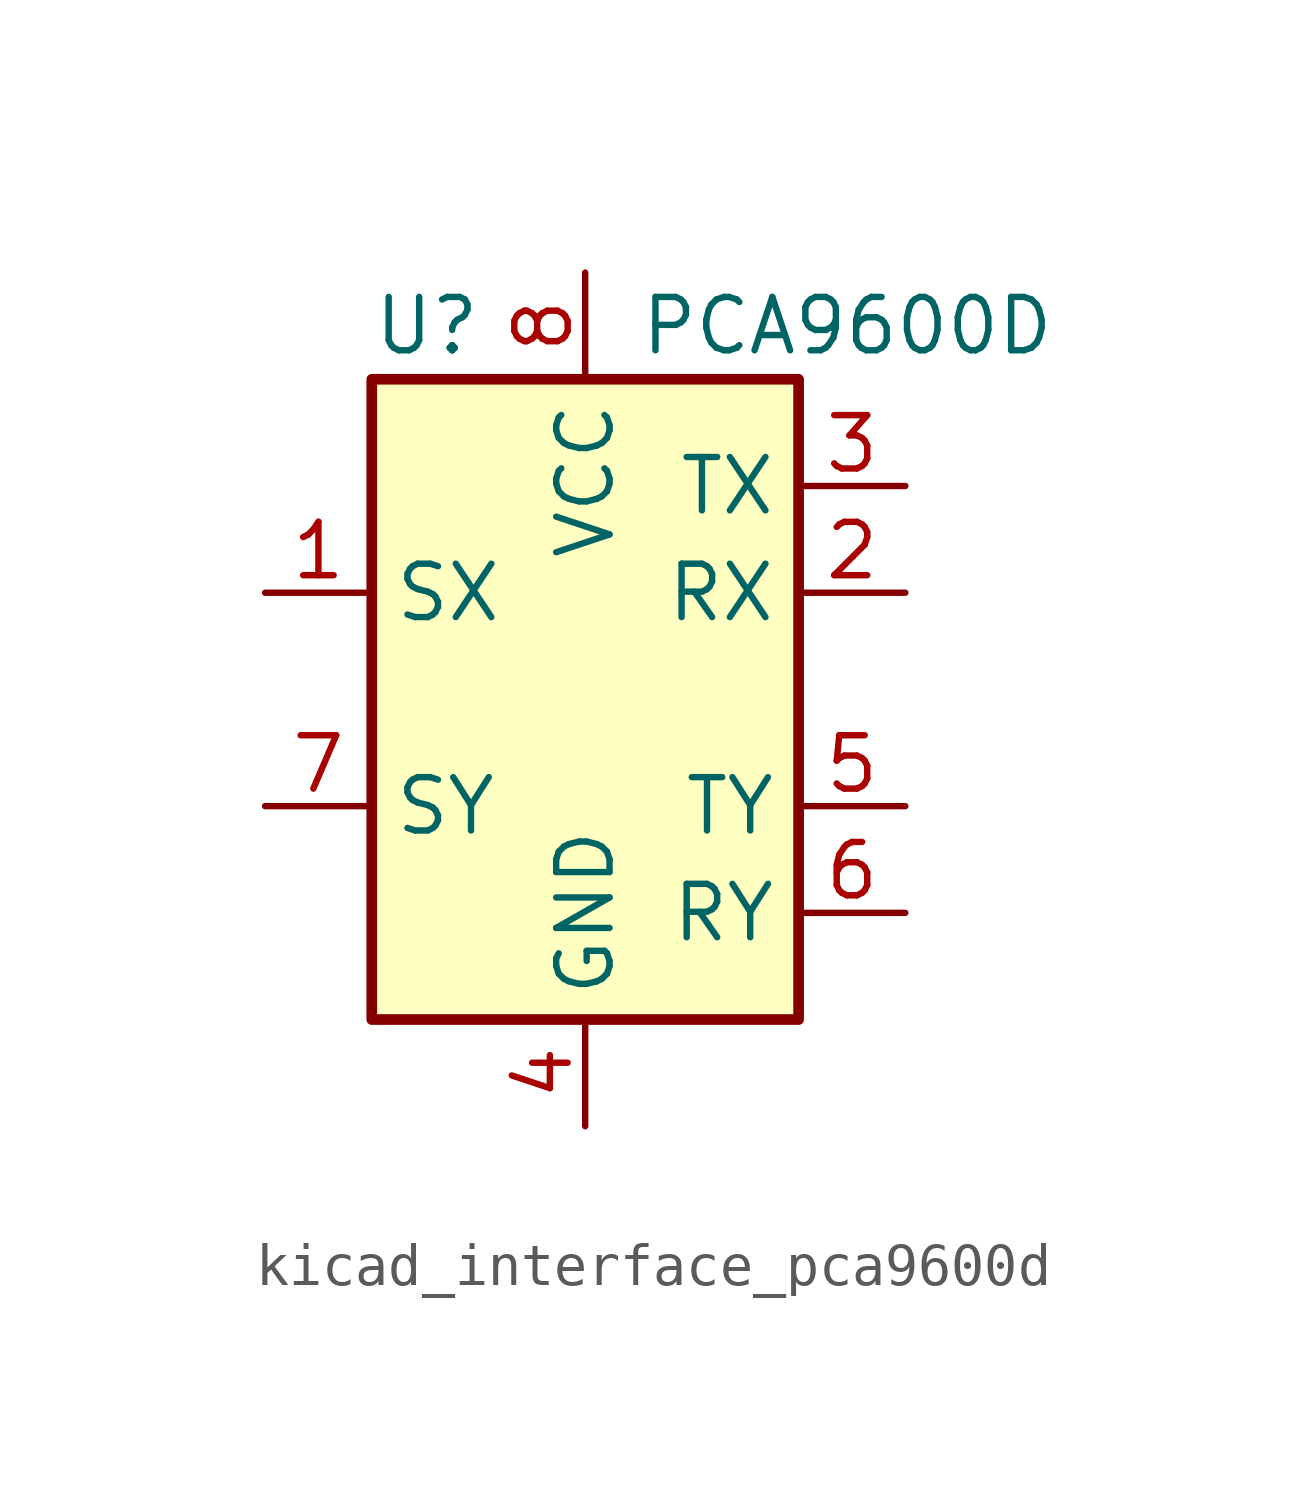
<source format=kicad_sym>
(kicad_symbol_lib
  (version 20220914)
  (generator kicad_symbol_editor)
  (symbol "kicad_interface_pca9600d"
    (property "Reference" "U"
      (at -5.08 8.89 0)
      (effects (font (size 1.27 1.27)) (justify left)))
    (property "Value" "PCA9600D"
      (at 1.27 8.89 0)
      (effects (font (size 1.27 1.27)) (justify left)))
    (symbol "kicad_interface_pca9600d_0_1"
      (rectangle (start -5.08 7.62) (end 5.08 -7.62) (stroke (width 0.254) (type default)) (fill (type background))))
    (symbol "kicad_interface_pca9600d_1_1"
      (pin bidirectional line (at -7.62 2.54 0) (length 2.54) (name "SX" (effects (font (size 1.27 1.27)))) (number "1" (effects (font (size 1.27 1.27)))))
      (pin input line (at 7.62 2.54 180) (length 2.54) (name "RX" (effects (font (size 1.27 1.27)))) (number "2" (effects (font (size 1.27 1.27)))))
      (pin open_collector line (at 7.62 5.08 180) (length 2.54) (name "TX" (effects (font (size 1.27 1.27)))) (number "3" (effects (font (size 1.27 1.27)))))
      (pin power_in line (at 0 -10.16 90) (length 2.54) (name "GND" (effects (font (size 1.27 1.27)))) (number "4" (effects (font (size 1.27 1.27)))))
      (pin open_collector line (at 7.62 -2.54 180) (length 2.54) (name "TY" (effects (font (size 1.27 1.27)))) (number "5" (effects (font (size 1.27 1.27)))))
      (pin input line (at 7.62 -5.08 180) (length 2.54) (name "RY" (effects (font (size 1.27 1.27)))) (number "6" (effects (font (size 1.27 1.27)))))
      (pin bidirectional line (at -7.62 -2.54 0) (length 2.54) (name "SY" (effects (font (size 1.27 1.27)))) (number "7" (effects (font (size 1.27 1.27)))))
      (pin power_in line (at 0 10.16 270) (length 2.54) (name "VCC" (effects (font (size 1.27 1.27)))) (number "8" (effects (font (size 1.27 1.27))))))))
</source>
